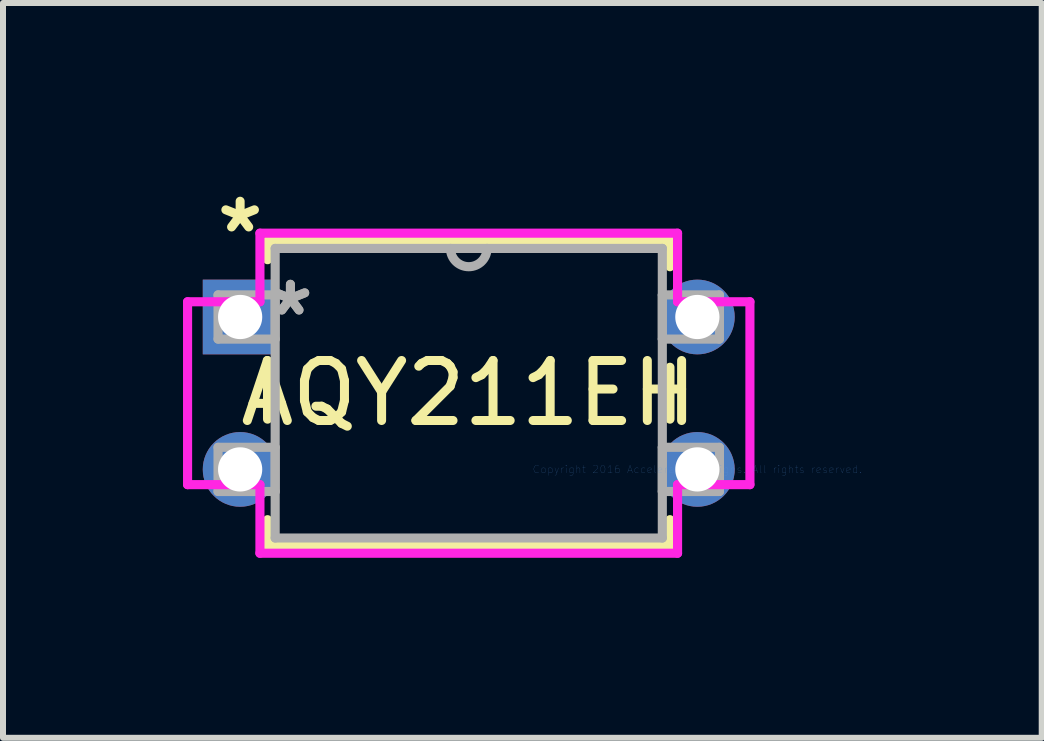
<source format=kicad_pcb>
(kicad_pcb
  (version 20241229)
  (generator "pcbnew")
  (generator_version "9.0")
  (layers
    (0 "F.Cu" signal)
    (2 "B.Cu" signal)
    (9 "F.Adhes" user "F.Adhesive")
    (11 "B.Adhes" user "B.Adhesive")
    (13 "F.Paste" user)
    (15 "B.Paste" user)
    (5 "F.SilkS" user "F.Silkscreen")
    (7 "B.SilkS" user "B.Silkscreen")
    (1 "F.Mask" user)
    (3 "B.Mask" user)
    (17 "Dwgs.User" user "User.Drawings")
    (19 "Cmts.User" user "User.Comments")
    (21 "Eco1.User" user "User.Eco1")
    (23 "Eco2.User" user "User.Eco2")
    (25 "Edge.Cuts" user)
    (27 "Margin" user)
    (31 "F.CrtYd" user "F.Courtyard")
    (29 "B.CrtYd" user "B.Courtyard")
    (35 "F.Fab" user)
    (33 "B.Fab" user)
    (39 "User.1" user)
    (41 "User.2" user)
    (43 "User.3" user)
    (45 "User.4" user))
  (footprint "AQY211EH"
    (layer "F.Cu")
    (at 8.572 4.773)
    (property "Reference" "AQY211EH" (at -3.81 -1.27 0) (layer "F.SilkS") (effects (font (size 1 1) (thickness 0.15))))
    (attr through_hole)
    (fp_line (start -7.163 -3.81) (end -7.163 -3.495) (stroke (width 0.152) (type solid)) (layer "F.SilkS"))
    (fp_line (start -7.163 -1.585) (end -7.163 -0.838) (stroke (width 0.152) (type solid)) (layer "F.SilkS"))
    (fp_line (start -7.163 0.838) (end -7.163 1.27) (stroke (width 0.152) (type solid)) (layer "F.SilkS"))
    (fp_line (start -7.163 1.27) (end -0.457 1.27) (stroke (width 0.152) (type solid)) (layer "F.SilkS"))
    (fp_line (start -0.457 -3.81) (end -7.163 -3.81) (stroke (width 0.152) (type solid)) (layer "F.SilkS"))
    (fp_line (start -0.457 -3.378) (end -0.457 -3.81) (stroke (width 0.152) (type solid)) (layer "F.SilkS"))
    (fp_line (start -0.457 -0.838) (end -0.457 -1.702) (stroke (width 0.152) (type solid)) (layer "F.SilkS"))
    (fp_line (start -0.457 1.27) (end -0.457 0.838) (stroke (width 0.152) (type solid)) (layer "F.SilkS"))
    (fp_line (start -8.496 -2.794) (end -8.496 0.254) (stroke (width 0.152) (type solid)) (layer "F.CrtYd"))
    (fp_line (start -8.496 0.254) (end -7.29 0.254) (stroke (width 0.152) (type solid)) (layer "F.CrtYd"))
    (fp_line (start -7.29 -3.937) (end -7.29 -2.794) (stroke (width 0.152) (type solid)) (layer "F.CrtYd"))
    (fp_line (start -7.29 -2.794) (end -8.496 -2.794) (stroke (width 0.152) (type solid)) (layer "F.CrtYd"))
    (fp_line (start -7.29 0.254) (end -7.29 1.397) (stroke (width 0.152) (type solid)) (layer "F.CrtYd"))
    (fp_line (start -7.29 1.397) (end -0.33 1.397) (stroke (width 0.152) (type solid)) (layer "F.CrtYd"))
    (fp_line (start -0.33 -3.937) (end -7.29 -3.937) (stroke (width 0.152) (type solid)) (layer "F.CrtYd"))
    (fp_line (start -0.33 -2.794) (end -0.33 -3.937) (stroke (width 0.152) (type solid)) (layer "F.CrtYd"))
    (fp_line (start -0.33 0.254) (end 0.876 0.254) (stroke (width 0.152) (type solid)) (layer "F.CrtYd"))
    (fp_line (start -0.33 1.397) (end -0.33 0.254) (stroke (width 0.152) (type solid)) (layer "F.CrtYd"))
    (fp_line (start 0.876 -2.794) (end -0.33 -2.794) (stroke (width 0.152) (type solid)) (layer "F.CrtYd"))
    (fp_line (start 0.876 0.254) (end 0.876 -2.794) (stroke (width 0.152) (type solid)) (layer "F.CrtYd"))
    (fp_line (start -7.988 -2.908) (end -7.988 -2.172) (stroke (width 0.152) (type solid)) (layer "F.Fab"))
    (fp_line (start -7.988 -2.172) (end -7.036 -2.172) (stroke (width 0.152) (type solid)) (layer "F.Fab"))
    (fp_line (start -7.988 -0.368) (end -7.988 0.368) (stroke (width 0.152) (type solid)) (layer "F.Fab"))
    (fp_line (start -7.988 0.368) (end -7.036 0.368) (stroke (width 0.152) (type solid)) (layer "F.Fab"))
    (fp_line (start -7.036 -3.683) (end -7.036 1.143) (stroke (width 0.152) (type solid)) (layer "F.Fab"))
    (fp_line (start -7.036 -2.908) (end -7.988 -2.908) (stroke (width 0.152) (type solid)) (layer "F.Fab"))
    (fp_line (start -7.036 -2.172) (end -7.036 -2.908) (stroke (width 0.152) (type solid)) (layer "F.Fab"))
    (fp_line (start -7.036 -0.368) (end -7.988 -0.368) (stroke (width 0.152) (type solid)) (layer "F.Fab"))
    (fp_line (start -7.036 0.368) (end -7.036 -0.368) (stroke (width 0.152) (type solid)) (layer "F.Fab"))
    (fp_line (start -7.036 1.143) (end -0.584 1.143) (stroke (width 0.152) (type solid)) (layer "F.Fab"))
    (fp_line (start -0.584 -3.683) (end -7.036 -3.683) (stroke (width 0.152) (type solid)) (layer "F.Fab"))
    (fp_line (start -0.584 -2.908) (end -0.584 -2.172) (stroke (width 0.152) (type solid)) (layer "F.Fab"))
    (fp_line (start -0.584 -2.172) (end 0.368 -2.172) (stroke (width 0.152) (type solid)) (layer "F.Fab"))
    (fp_line (start -0.584 -0.368) (end -0.584 0.368) (stroke (width 0.152) (type solid)) (layer "F.Fab"))
    (fp_line (start -0.584 0.368) (end 0.368 0.368) (stroke (width 0.152) (type solid)) (layer "F.Fab"))
    (fp_line (start -0.584 1.143) (end -0.584 -3.683) (stroke (width 0.152) (type solid)) (layer "F.Fab"))
    (fp_line (start 0.368 -2.908) (end -0.584 -2.908) (stroke (width 0.152) (type solid)) (layer "F.Fab"))
    (fp_line (start 0.368 -2.172) (end 0.368 -2.908) (stroke (width 0.152) (type solid)) (layer "F.Fab"))
    (fp_line (start 0.368 -0.368) (end -0.584 -0.368) (stroke (width 0.152) (type solid)) (layer "F.Fab"))
    (fp_line (start 0.368 0.368) (end 0.368 -0.368) (stroke (width 0.152) (type solid)) (layer "F.Fab"))
    (fp_arc (start -3.5052 -3.683) (mid -3.81 -3.3782) (end -4.1148 -3.683) (stroke (width 0.1524) (type solid)) (layer "F.Fab"))
    (fp_text user "*" (at -7.62 -3.924 0) (layer "F.SilkS") (effects (font (size 1 1) (thickness 0.15))))
    (fp_text user "Copyright 2016 Accelerated Designs. All rights reserved." (at 0 0 0) (layer "Cmts.User") (effects (font (size 0.127 0.127) (thickness 0.002))))
    (fp_text user "*" (at -6.782 -2.54 0) (layer "F.Fab") (effects (font (size 1 1) (thickness 0.15))))
    (fp_text user "*" (at -6.782 -2.54 0) (layer "F.Fab") (effects (font (size 1 1) (thickness 0.15))))
    (pad "1" thru_hole rect (at -7.62 -2.54) (size 1.245 1.245) (drill 0.737) (layers "*.Cu" "*.Mask"))
    (pad "2" thru_hole circle (at -7.62 0) (size 1.245 1.245) (drill 0.737) (layers "*.Cu" "*.Mask"))
    (pad "3" thru_hole circle (at 0 0) (size 1.245 1.245) (drill 0.737) (layers "*.Cu" "*.Mask"))
    (pad "4" thru_hole circle (at 0 -2.54) (size 1.245 1.245) (drill 0.737) (layers "*.Cu" "*.Mask")))
  (gr_rect
    (start -3 -3)
    (end 14.311 9.246)
    (stroke (width 0.1) (type default))
    (fill no)
    (layer "Edge.Cuts")))
</source>
